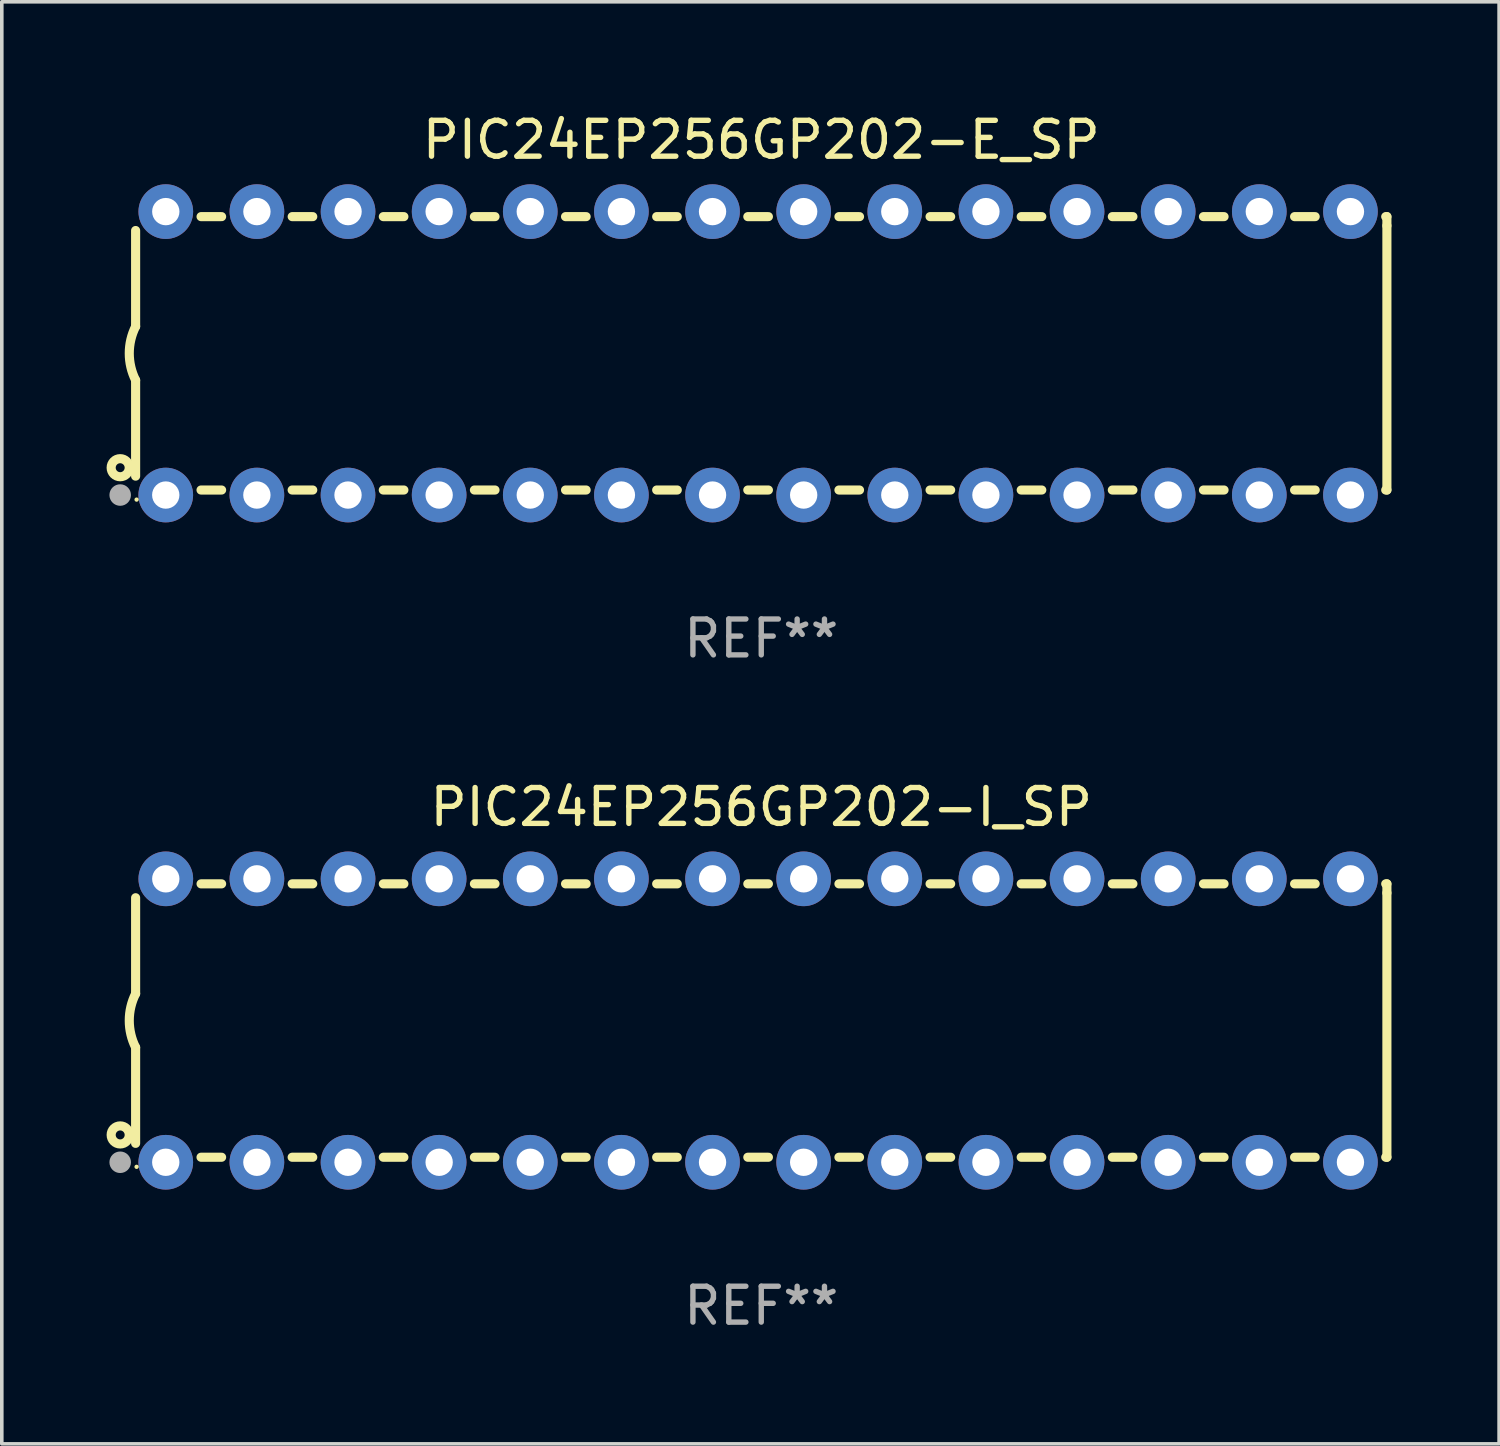
<source format=kicad_pcb>
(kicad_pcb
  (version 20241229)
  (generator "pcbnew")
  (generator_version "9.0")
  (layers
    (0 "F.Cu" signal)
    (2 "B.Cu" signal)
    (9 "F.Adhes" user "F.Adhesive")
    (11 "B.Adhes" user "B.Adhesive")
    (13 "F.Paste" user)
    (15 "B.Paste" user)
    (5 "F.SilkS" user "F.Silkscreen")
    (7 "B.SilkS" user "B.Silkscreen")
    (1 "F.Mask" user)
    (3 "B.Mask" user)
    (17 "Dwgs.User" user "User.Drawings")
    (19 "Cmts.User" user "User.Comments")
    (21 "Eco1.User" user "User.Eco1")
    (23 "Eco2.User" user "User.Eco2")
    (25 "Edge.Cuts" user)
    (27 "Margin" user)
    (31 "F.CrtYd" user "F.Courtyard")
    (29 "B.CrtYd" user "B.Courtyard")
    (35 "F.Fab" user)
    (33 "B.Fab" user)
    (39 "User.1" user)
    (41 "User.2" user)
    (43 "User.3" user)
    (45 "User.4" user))
  (footprint "PIC24EP256GP202-E_SP"
    (layer "F.Cu")
    (at 18.168 6.798)
    (property "Reference" "PIC24EP256GP202-E_SP" (at 0 -5.95 0) (layer "F.SilkS") (effects (font (size 1 1) (thickness 0.15))))
    (attr through_hole)
    (fp_line (start -17.438 0.75) (end -17.438 3.423) (stroke (width 0.254) (type solid)) (layer "F.SilkS"))
    (fp_line (start -17.438 -3.423) (end -17.438 -0.75) (stroke (width 0.254) (type solid)) (layer "F.SilkS"))
    (fp_line (start -15.615 3.81) (end -15.041 3.81) (stroke (width 0.254) (type solid)) (layer "F.SilkS"))
    (fp_line (start -15.041 -3.81) (end -15.614 -3.81) (stroke (width 0.254) (type solid)) (layer "F.SilkS"))
    (fp_line (start -13.075 3.81) (end -12.501 3.81) (stroke (width 0.254) (type solid)) (layer "F.SilkS"))
    (fp_line (start -12.501 -3.81) (end -13.074 -3.81) (stroke (width 0.254) (type solid)) (layer "F.SilkS"))
    (fp_line (start -10.535 3.81) (end -9.961 3.81) (stroke (width 0.254) (type solid)) (layer "F.SilkS"))
    (fp_line (start -9.961 -3.81) (end -10.534 -3.81) (stroke (width 0.254) (type solid)) (layer "F.SilkS"))
    (fp_line (start -7.995 3.81) (end -7.421 3.81) (stroke (width 0.254) (type solid)) (layer "F.SilkS"))
    (fp_line (start -7.421 -3.81) (end -7.995 -3.81) (stroke (width 0.254) (type solid)) (layer "F.SilkS"))
    (fp_line (start -5.455 3.81) (end -4.881 3.81) (stroke (width 0.254) (type solid)) (layer "F.SilkS"))
    (fp_line (start -4.881 -3.81) (end -5.455 -3.81) (stroke (width 0.254) (type solid)) (layer "F.SilkS"))
    (fp_line (start -2.915 3.81) (end -2.341 3.81) (stroke (width 0.254) (type solid)) (layer "F.SilkS"))
    (fp_line (start -2.341 -3.81) (end -2.915 -3.81) (stroke (width 0.254) (type solid)) (layer "F.SilkS"))
    (fp_line (start -0.375 3.81) (end 0.199 3.81) (stroke (width 0.254) (type solid)) (layer "F.SilkS"))
    (fp_line (start 0.199 -3.81) (end -0.375 -3.81) (stroke (width 0.254) (type solid)) (layer "F.SilkS"))
    (fp_line (start 2.165 3.81) (end 2.739 3.81) (stroke (width 0.254) (type solid)) (layer "F.SilkS"))
    (fp_line (start 2.739 -3.81) (end 2.165 -3.81) (stroke (width 0.254) (type solid)) (layer "F.SilkS"))
    (fp_line (start 4.705 3.81) (end 5.279 3.81) (stroke (width 0.254) (type solid)) (layer "F.SilkS"))
    (fp_line (start 5.279 -3.81) (end 4.705 -3.81) (stroke (width 0.254) (type solid)) (layer "F.SilkS"))
    (fp_line (start 7.245 3.81) (end 7.819 3.81) (stroke (width 0.254) (type solid)) (layer "F.SilkS"))
    (fp_line (start 7.819 -3.81) (end 7.245 -3.81) (stroke (width 0.254) (type solid)) (layer "F.SilkS"))
    (fp_line (start 9.785 3.81) (end 10.359 3.81) (stroke (width 0.254) (type solid)) (layer "F.SilkS"))
    (fp_line (start 10.359 -3.81) (end 9.785 -3.81) (stroke (width 0.254) (type solid)) (layer "F.SilkS"))
    (fp_line (start 12.325 3.81) (end 12.899 3.81) (stroke (width 0.254) (type solid)) (layer "F.SilkS"))
    (fp_line (start 12.899 -3.81) (end 12.325 -3.81) (stroke (width 0.254) (type solid)) (layer "F.SilkS"))
    (fp_line (start 14.865 3.81) (end 15.439 3.81) (stroke (width 0.254) (type solid)) (layer "F.SilkS"))
    (fp_line (start 15.439 -3.81) (end 14.865 -3.81) (stroke (width 0.254) (type solid)) (layer "F.SilkS"))
    (fp_line (start 17.405 3.81) (end 17.438 3.81) (stroke (width 0.254) (type solid)) (layer "F.SilkS"))
    (fp_line (start 17.438 -3.81) (end 17.405 -3.81) (stroke (width 0.254) (type solid)) (layer "F.SilkS"))
    (fp_line (start 17.438 -3.556) (end 17.438 -3.81) (stroke (width 0.254) (type solid)) (layer "F.SilkS"))
    (fp_line (start 17.438 3.81) (end 17.438 -3.556) (stroke (width 0.254) (type solid)) (layer "F.SilkS"))
    (fp_arc (start -17.437986 0.749657) (mid -17.614887 -0.000024) (end -17.437783 -0.749657) (stroke (width 0.254001) (type solid)) (layer "F.SilkS"))
    (fp_circle (center -17.868 3.188) (end -17.743 3.188) (stroke (width 0.254) (type solid)) (fill no) (layer "F.SilkS"))
    (fp_circle (center -17.411 4.077) (end -17.381 4.077) (stroke (width 0.06) (type solid)) (fill no) (layer "F.SilkS"))
    (fp_circle (center -17.868 3.95) (end -17.718 3.95) (stroke (width 0.3) (type solid)) (fill no) (layer "F.Fab"))
    (fp_text user "REF**" (at 0 7.95 0) (layer "F.Fab") (effects (font (size 1 1) (thickness 0.15))))
    (pad "1" thru_hole circle (at -16.598 3.95) (size 1.524 1.524) (drill 0.762) (layers "*.Cu" "*.Mask"))
    (pad "2" thru_hole circle (at -14.058 3.95) (size 1.524 1.524) (drill 0.762) (layers "*.Cu" "*.Mask"))
    (pad "3" thru_hole circle (at -11.518 3.95) (size 1.524 1.524) (drill 0.762) (layers "*.Cu" "*.Mask"))
    (pad "4" thru_hole circle (at -8.978 3.95) (size 1.524 1.524) (drill 0.762) (layers "*.Cu" "*.Mask"))
    (pad "5" thru_hole circle (at -6.438 3.95) (size 1.524 1.524) (drill 0.762) (layers "*.Cu" "*.Mask"))
    (pad "6" thru_hole circle (at -3.898 3.95) (size 1.524 1.524) (drill 0.762) (layers "*.Cu" "*.Mask"))
    (pad "7" thru_hole circle (at -1.358 3.95) (size 1.524 1.524) (drill 0.762) (layers "*.Cu" "*.Mask"))
    (pad "8" thru_hole circle (at 1.182 3.95) (size 1.524 1.524) (drill 0.762) (layers "*.Cu" "*.Mask"))
    (pad "9" thru_hole circle (at 3.722 3.95) (size 1.524 1.524) (drill 0.762) (layers "*.Cu" "*.Mask"))
    (pad "10" thru_hole circle (at 6.262 3.95) (size 1.524 1.524) (drill 0.762) (layers "*.Cu" "*.Mask"))
    (pad "11" thru_hole circle (at 8.802 3.95) (size 1.524 1.524) (drill 0.762) (layers "*.Cu" "*.Mask"))
    (pad "12" thru_hole circle (at 11.342 3.95) (size 1.524 1.524) (drill 0.762) (layers "*.Cu" "*.Mask"))
    (pad "13" thru_hole circle (at 13.882 3.95) (size 1.524 1.524) (drill 0.762) (layers "*.Cu" "*.Mask"))
    (pad "14" thru_hole circle (at 16.422 3.95) (size 1.524 1.524) (drill 0.762) (layers "*.Cu" "*.Mask"))
    (pad "15" thru_hole circle (at 16.422 -3.95) (size 1.524 1.524) (drill 0.762) (layers "*.Cu" "*.Mask"))
    (pad "16" thru_hole circle (at 13.882 -3.95) (size 1.524 1.524) (drill 0.762) (layers "*.Cu" "*.Mask"))
    (pad "17" thru_hole circle (at 11.342 -3.95) (size 1.524 1.524) (drill 0.762) (layers "*.Cu" "*.Mask"))
    (pad "18" thru_hole circle (at 8.802 -3.95) (size 1.524 1.524) (drill 0.762) (layers "*.Cu" "*.Mask"))
    (pad "19" thru_hole circle (at 6.262 -3.95) (size 1.524 1.524) (drill 0.762) (layers "*.Cu" "*.Mask"))
    (pad "20" thru_hole circle (at 3.722 -3.95) (size 1.524 1.524) (drill 0.762) (layers "*.Cu" "*.Mask"))
    (pad "21" thru_hole circle (at 1.182 -3.95) (size 1.524 1.524) (drill 0.762) (layers "*.Cu" "*.Mask"))
    (pad "22" thru_hole circle (at -1.358 -3.95) (size 1.524 1.524) (drill 0.762) (layers "*.Cu" "*.Mask"))
    (pad "23" thru_hole circle (at -3.898 -3.95) (size 1.524 1.524) (drill 0.762) (layers "*.Cu" "*.Mask"))
    (pad "24" thru_hole circle (at -6.438 -3.95) (size 1.524 1.524) (drill 0.762) (layers "*.Cu" "*.Mask"))
    (pad "25" thru_hole circle (at -8.978 -3.95) (size 1.524 1.524) (drill 0.762) (layers "*.Cu" "*.Mask"))
    (pad "26" thru_hole circle (at -11.517 -3.95) (size 1.524 1.524) (drill 0.762) (layers "*.Cu" "*.Mask"))
    (pad "27" thru_hole circle (at -14.057 -3.95) (size 1.524 1.524) (drill 0.762) (layers "*.Cu" "*.Mask"))
    (pad "28" thru_hole circle (at -16.597 -3.95) (size 1.524 1.524) (drill 0.762) (layers "*.Cu" "*.Mask")))
  (footprint "PIC24EP256GP202-I_SP"
    (layer "F.Cu")
    (at 18.168 25.395)
    (property "Reference" "PIC24EP256GP202-I_SP" (at 0 -5.95 0) (layer "F.SilkS") (effects (font (size 1 1) (thickness 0.15))))
    (attr through_hole)
    (fp_line (start -17.438 0.75) (end -17.438 3.423) (stroke (width 0.254) (type solid)) (layer "F.SilkS"))
    (fp_line (start -17.438 -3.423) (end -17.438 -0.75) (stroke (width 0.254) (type solid)) (layer "F.SilkS"))
    (fp_line (start -15.615 3.81) (end -15.041 3.81) (stroke (width 0.254) (type solid)) (layer "F.SilkS"))
    (fp_line (start -15.041 -3.81) (end -15.614 -3.81) (stroke (width 0.254) (type solid)) (layer "F.SilkS"))
    (fp_line (start -13.075 3.81) (end -12.501 3.81) (stroke (width 0.254) (type solid)) (layer "F.SilkS"))
    (fp_line (start -12.501 -3.81) (end -13.074 -3.81) (stroke (width 0.254) (type solid)) (layer "F.SilkS"))
    (fp_line (start -10.535 3.81) (end -9.961 3.81) (stroke (width 0.254) (type solid)) (layer "F.SilkS"))
    (fp_line (start -9.961 -3.81) (end -10.534 -3.81) (stroke (width 0.254) (type solid)) (layer "F.SilkS"))
    (fp_line (start -7.995 3.81) (end -7.421 3.81) (stroke (width 0.254) (type solid)) (layer "F.SilkS"))
    (fp_line (start -7.421 -3.81) (end -7.995 -3.81) (stroke (width 0.254) (type solid)) (layer "F.SilkS"))
    (fp_line (start -5.455 3.81) (end -4.881 3.81) (stroke (width 0.254) (type solid)) (layer "F.SilkS"))
    (fp_line (start -4.881 -3.81) (end -5.455 -3.81) (stroke (width 0.254) (type solid)) (layer "F.SilkS"))
    (fp_line (start -2.915 3.81) (end -2.341 3.81) (stroke (width 0.254) (type solid)) (layer "F.SilkS"))
    (fp_line (start -2.341 -3.81) (end -2.915 -3.81) (stroke (width 0.254) (type solid)) (layer "F.SilkS"))
    (fp_line (start -0.375 3.81) (end 0.199 3.81) (stroke (width 0.254) (type solid)) (layer "F.SilkS"))
    (fp_line (start 0.199 -3.81) (end -0.375 -3.81) (stroke (width 0.254) (type solid)) (layer "F.SilkS"))
    (fp_line (start 2.165 3.81) (end 2.739 3.81) (stroke (width 0.254) (type solid)) (layer "F.SilkS"))
    (fp_line (start 2.739 -3.81) (end 2.165 -3.81) (stroke (width 0.254) (type solid)) (layer "F.SilkS"))
    (fp_line (start 4.705 3.81) (end 5.279 3.81) (stroke (width 0.254) (type solid)) (layer "F.SilkS"))
    (fp_line (start 5.279 -3.81) (end 4.705 -3.81) (stroke (width 0.254) (type solid)) (layer "F.SilkS"))
    (fp_line (start 7.245 3.81) (end 7.819 3.81) (stroke (width 0.254) (type solid)) (layer "F.SilkS"))
    (fp_line (start 7.819 -3.81) (end 7.245 -3.81) (stroke (width 0.254) (type solid)) (layer "F.SilkS"))
    (fp_line (start 9.785 3.81) (end 10.359 3.81) (stroke (width 0.254) (type solid)) (layer "F.SilkS"))
    (fp_line (start 10.359 -3.81) (end 9.785 -3.81) (stroke (width 0.254) (type solid)) (layer "F.SilkS"))
    (fp_line (start 12.325 3.81) (end 12.899 3.81) (stroke (width 0.254) (type solid)) (layer "F.SilkS"))
    (fp_line (start 12.899 -3.81) (end 12.325 -3.81) (stroke (width 0.254) (type solid)) (layer "F.SilkS"))
    (fp_line (start 14.865 3.81) (end 15.439 3.81) (stroke (width 0.254) (type solid)) (layer "F.SilkS"))
    (fp_line (start 15.439 -3.81) (end 14.865 -3.81) (stroke (width 0.254) (type solid)) (layer "F.SilkS"))
    (fp_line (start 17.405 3.81) (end 17.438 3.81) (stroke (width 0.254) (type solid)) (layer "F.SilkS"))
    (fp_line (start 17.438 -3.81) (end 17.405 -3.81) (stroke (width 0.254) (type solid)) (layer "F.SilkS"))
    (fp_line (start 17.438 -3.556) (end 17.438 -3.81) (stroke (width 0.254) (type solid)) (layer "F.SilkS"))
    (fp_line (start 17.438 3.81) (end 17.438 -3.556) (stroke (width 0.254) (type solid)) (layer "F.SilkS"))
    (fp_arc (start -17.437986 0.749657) (mid -17.614887 -0.000024) (end -17.437783 -0.749657) (stroke (width 0.254001) (type solid)) (layer "F.SilkS"))
    (fp_circle (center -17.868 3.188) (end -17.743 3.188) (stroke (width 0.254) (type solid)) (fill no) (layer "F.SilkS"))
    (fp_circle (center -17.411 4.077) (end -17.381 4.077) (stroke (width 0.06) (type solid)) (fill no) (layer "F.SilkS"))
    (fp_circle (center -17.868 3.95) (end -17.718 3.95) (stroke (width 0.3) (type solid)) (fill no) (layer "F.Fab"))
    (fp_text user "REF**" (at 0 7.95 0) (layer "F.Fab") (effects (font (size 1 1) (thickness 0.15))))
    (pad "1" thru_hole circle (at -16.598 3.95) (size 1.524 1.524) (drill 0.762) (layers "*.Cu" "*.Mask"))
    (pad "2" thru_hole circle (at -14.058 3.95) (size 1.524 1.524) (drill 0.762) (layers "*.Cu" "*.Mask"))
    (pad "3" thru_hole circle (at -11.518 3.95) (size 1.524 1.524) (drill 0.762) (layers "*.Cu" "*.Mask"))
    (pad "4" thru_hole circle (at -8.978 3.95) (size 1.524 1.524) (drill 0.762) (layers "*.Cu" "*.Mask"))
    (pad "5" thru_hole circle (at -6.438 3.95) (size 1.524 1.524) (drill 0.762) (layers "*.Cu" "*.Mask"))
    (pad "6" thru_hole circle (at -3.898 3.95) (size 1.524 1.524) (drill 0.762) (layers "*.Cu" "*.Mask"))
    (pad "7" thru_hole circle (at -1.358 3.95) (size 1.524 1.524) (drill 0.762) (layers "*.Cu" "*.Mask"))
    (pad "8" thru_hole circle (at 1.182 3.95) (size 1.524 1.524) (drill 0.762) (layers "*.Cu" "*.Mask"))
    (pad "9" thru_hole circle (at 3.722 3.95) (size 1.524 1.524) (drill 0.762) (layers "*.Cu" "*.Mask"))
    (pad "10" thru_hole circle (at 6.262 3.95) (size 1.524 1.524) (drill 0.762) (layers "*.Cu" "*.Mask"))
    (pad "11" thru_hole circle (at 8.802 3.95) (size 1.524 1.524) (drill 0.762) (layers "*.Cu" "*.Mask"))
    (pad "12" thru_hole circle (at 11.342 3.95) (size 1.524 1.524) (drill 0.762) (layers "*.Cu" "*.Mask"))
    (pad "13" thru_hole circle (at 13.882 3.95) (size 1.524 1.524) (drill 0.762) (layers "*.Cu" "*.Mask"))
    (pad "14" thru_hole circle (at 16.422 3.95) (size 1.524 1.524) (drill 0.762) (layers "*.Cu" "*.Mask"))
    (pad "15" thru_hole circle (at 16.422 -3.95) (size 1.524 1.524) (drill 0.762) (layers "*.Cu" "*.Mask"))
    (pad "16" thru_hole circle (at 13.882 -3.95) (size 1.524 1.524) (drill 0.762) (layers "*.Cu" "*.Mask"))
    (pad "17" thru_hole circle (at 11.342 -3.95) (size 1.524 1.524) (drill 0.762) (layers "*.Cu" "*.Mask"))
    (pad "18" thru_hole circle (at 8.802 -3.95) (size 1.524 1.524) (drill 0.762) (layers "*.Cu" "*.Mask"))
    (pad "19" thru_hole circle (at 6.262 -3.95) (size 1.524 1.524) (drill 0.762) (layers "*.Cu" "*.Mask"))
    (pad "20" thru_hole circle (at 3.722 -3.95) (size 1.524 1.524) (drill 0.762) (layers "*.Cu" "*.Mask"))
    (pad "21" thru_hole circle (at 1.182 -3.95) (size 1.524 1.524) (drill 0.762) (layers "*.Cu" "*.Mask"))
    (pad "22" thru_hole circle (at -1.358 -3.95) (size 1.524 1.524) (drill 0.762) (layers "*.Cu" "*.Mask"))
    (pad "23" thru_hole circle (at -3.898 -3.95) (size 1.524 1.524) (drill 0.762) (layers "*.Cu" "*.Mask"))
    (pad "24" thru_hole circle (at -6.438 -3.95) (size 1.524 1.524) (drill 0.762) (layers "*.Cu" "*.Mask"))
    (pad "25" thru_hole circle (at -8.978 -3.95) (size 1.524 1.524) (drill 0.762) (layers "*.Cu" "*.Mask"))
    (pad "26" thru_hole circle (at -11.517 -3.95) (size 1.524 1.524) (drill 0.762) (layers "*.Cu" "*.Mask"))
    (pad "27" thru_hole circle (at -14.057 -3.95) (size 1.524 1.524) (drill 0.762) (layers "*.Cu" "*.Mask"))
    (pad "28" thru_hole circle (at -16.597 -3.95) (size 1.524 1.524) (drill 0.762) (layers "*.Cu" "*.Mask")))
  (gr_rect
    (start -3 -3)
    (end 38.733 37.193)
    (stroke (width 0.1) (type default))
    (fill no)
    (layer "Edge.Cuts")))
</source>
